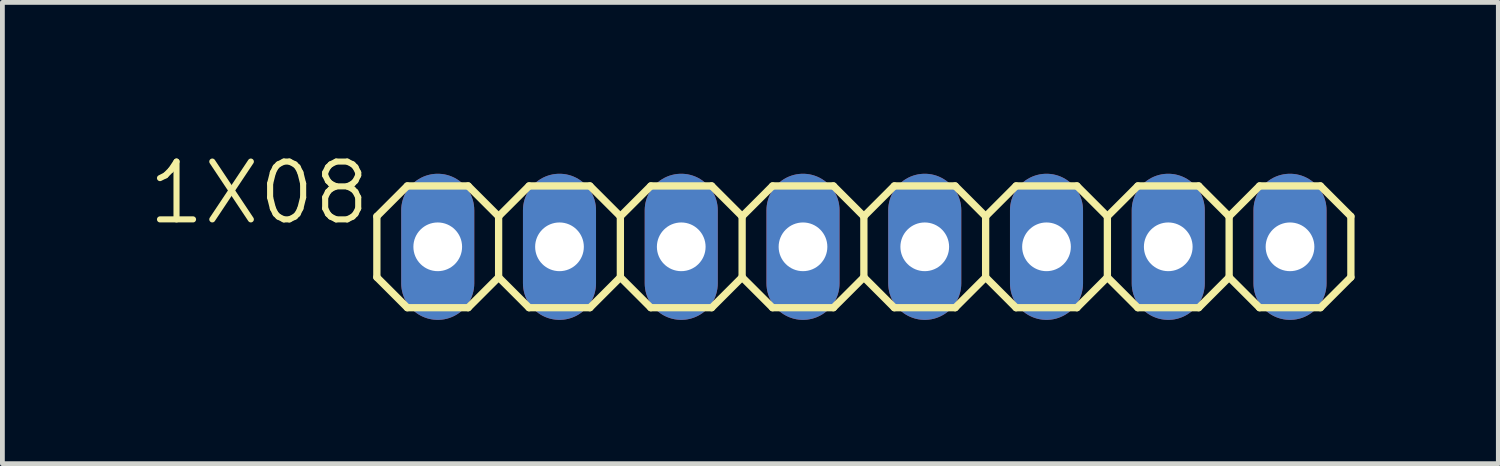
<source format=kicad_pcb>
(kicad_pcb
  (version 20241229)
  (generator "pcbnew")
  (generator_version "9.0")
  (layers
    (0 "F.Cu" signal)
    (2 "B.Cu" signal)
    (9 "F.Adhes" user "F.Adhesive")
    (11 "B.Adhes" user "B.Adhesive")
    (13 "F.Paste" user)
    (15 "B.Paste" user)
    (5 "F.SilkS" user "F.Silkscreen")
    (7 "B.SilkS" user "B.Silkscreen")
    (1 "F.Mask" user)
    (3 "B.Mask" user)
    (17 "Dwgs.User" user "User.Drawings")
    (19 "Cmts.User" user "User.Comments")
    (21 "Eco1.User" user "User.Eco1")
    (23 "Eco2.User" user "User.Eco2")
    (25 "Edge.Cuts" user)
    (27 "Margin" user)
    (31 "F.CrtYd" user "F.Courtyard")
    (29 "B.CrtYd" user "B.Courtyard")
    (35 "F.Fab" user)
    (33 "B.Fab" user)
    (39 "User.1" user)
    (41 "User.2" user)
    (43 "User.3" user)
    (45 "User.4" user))
  (footprint "1X08"
    (layer "F.Cu")
    (at 14.972 2.099)
    (property "Reference" "1X08" (at -10.236 -1.829 0) (layer "F.SilkS") (effects (font (size 1.206 1.206) (thickness 0.127)) (justify right top)))
    (attr through_hole)
    (fp_line (start -10.16 -0.635) (end -10.16 0.635) (stroke (width 0.152) (type solid)) (layer "F.SilkS"))
    (fp_line (start -10.16 0.635) (end -9.525 1.27) (stroke (width 0.152) (type solid)) (layer "F.SilkS"))
    (fp_line (start -9.525 -1.27) (end -10.16 -0.635) (stroke (width 0.152) (type solid)) (layer "F.SilkS"))
    (fp_line (start -9.525 -1.27) (end -8.255 -1.27) (stroke (width 0.152) (type solid)) (layer "F.SilkS"))
    (fp_line (start -8.255 -1.27) (end -7.62 -0.635) (stroke (width 0.152) (type solid)) (layer "F.SilkS"))
    (fp_line (start -8.255 1.27) (end -9.525 1.27) (stroke (width 0.152) (type solid)) (layer "F.SilkS"))
    (fp_line (start -7.62 -0.635) (end -7.62 0.635) (stroke (width 0.152) (type solid)) (layer "F.SilkS"))
    (fp_line (start -7.62 -0.635) (end -6.985 -1.27) (stroke (width 0.152) (type solid)) (layer "F.SilkS"))
    (fp_line (start -7.62 0.635) (end -8.255 1.27) (stroke (width 0.152) (type solid)) (layer "F.SilkS"))
    (fp_line (start -6.985 -1.27) (end -5.715 -1.27) (stroke (width 0.152) (type solid)) (layer "F.SilkS"))
    (fp_line (start -6.985 1.27) (end -7.62 0.635) (stroke (width 0.152) (type solid)) (layer "F.SilkS"))
    (fp_line (start -5.715 -1.27) (end -5.08 -0.635) (stroke (width 0.152) (type solid)) (layer "F.SilkS"))
    (fp_line (start -5.715 1.27) (end -6.985 1.27) (stroke (width 0.152) (type solid)) (layer "F.SilkS"))
    (fp_line (start -5.08 -0.635) (end -5.08 0.635) (stroke (width 0.152) (type solid)) (layer "F.SilkS"))
    (fp_line (start -5.08 -0.635) (end -4.445 -1.27) (stroke (width 0.152) (type solid)) (layer "F.SilkS"))
    (fp_line (start -5.08 0.635) (end -5.715 1.27) (stroke (width 0.152) (type solid)) (layer "F.SilkS"))
    (fp_line (start -4.445 -1.27) (end -3.175 -1.27) (stroke (width 0.152) (type solid)) (layer "F.SilkS"))
    (fp_line (start -4.445 1.27) (end -5.08 0.635) (stroke (width 0.152) (type solid)) (layer "F.SilkS"))
    (fp_line (start -3.175 -1.27) (end -2.54 -0.635) (stroke (width 0.152) (type solid)) (layer "F.SilkS"))
    (fp_line (start -3.175 1.27) (end -4.445 1.27) (stroke (width 0.152) (type solid)) (layer "F.SilkS"))
    (fp_line (start -2.54 -0.635) (end -2.54 0.635) (stroke (width 0.152) (type solid)) (layer "F.SilkS"))
    (fp_line (start -2.54 0.635) (end -3.175 1.27) (stroke (width 0.152) (type solid)) (layer "F.SilkS"))
    (fp_line (start -2.54 0.635) (end -1.905 1.27) (stroke (width 0.152) (type solid)) (layer "F.SilkS"))
    (fp_line (start -1.905 -1.27) (end -2.54 -0.635) (stroke (width 0.152) (type solid)) (layer "F.SilkS"))
    (fp_line (start -1.905 -1.27) (end -0.635 -1.27) (stroke (width 0.152) (type solid)) (layer "F.SilkS"))
    (fp_line (start -0.635 -1.27) (end 0 -0.635) (stroke (width 0.152) (type solid)) (layer "F.SilkS"))
    (fp_line (start -0.635 1.27) (end -1.905 1.27) (stroke (width 0.152) (type solid)) (layer "F.SilkS"))
    (fp_line (start 0 -0.635) (end 0 0.635) (stroke (width 0.152) (type solid)) (layer "F.SilkS"))
    (fp_line (start 0 -0.635) (end 0.635 -1.27) (stroke (width 0.152) (type solid)) (layer "F.SilkS"))
    (fp_line (start 0 0.635) (end -0.635 1.27) (stroke (width 0.152) (type solid)) (layer "F.SilkS"))
    (fp_line (start 0.635 -1.27) (end 1.905 -1.27) (stroke (width 0.152) (type solid)) (layer "F.SilkS"))
    (fp_line (start 0.635 1.27) (end 0 0.635) (stroke (width 0.152) (type solid)) (layer "F.SilkS"))
    (fp_line (start 1.905 -1.27) (end 2.54 -0.635) (stroke (width 0.152) (type solid)) (layer "F.SilkS"))
    (fp_line (start 1.905 1.27) (end 0.635 1.27) (stroke (width 0.152) (type solid)) (layer "F.SilkS"))
    (fp_line (start 2.54 -0.635) (end 2.54 0.635) (stroke (width 0.152) (type solid)) (layer "F.SilkS"))
    (fp_line (start 2.54 -0.635) (end 3.175 -1.27) (stroke (width 0.152) (type solid)) (layer "F.SilkS"))
    (fp_line (start 2.54 0.635) (end 1.905 1.27) (stroke (width 0.152) (type solid)) (layer "F.SilkS"))
    (fp_line (start 3.175 -1.27) (end 4.445 -1.27) (stroke (width 0.152) (type solid)) (layer "F.SilkS"))
    (fp_line (start 3.175 1.27) (end 2.54 0.635) (stroke (width 0.152) (type solid)) (layer "F.SilkS"))
    (fp_line (start 4.445 -1.27) (end 5.08 -0.635) (stroke (width 0.152) (type solid)) (layer "F.SilkS"))
    (fp_line (start 4.445 1.27) (end 3.175 1.27) (stroke (width 0.152) (type solid)) (layer "F.SilkS"))
    (fp_line (start 5.08 -0.635) (end 5.08 0.635) (stroke (width 0.152) (type solid)) (layer "F.SilkS"))
    (fp_line (start 5.08 0.635) (end 4.445 1.27) (stroke (width 0.152) (type solid)) (layer "F.SilkS"))
    (fp_line (start 5.08 0.635) (end 5.715 1.27) (stroke (width 0.152) (type solid)) (layer "F.SilkS"))
    (fp_line (start 5.715 -1.27) (end 5.08 -0.635) (stroke (width 0.152) (type solid)) (layer "F.SilkS"))
    (fp_line (start 5.715 -1.27) (end 6.985 -1.27) (stroke (width 0.152) (type solid)) (layer "F.SilkS"))
    (fp_line (start 6.985 -1.27) (end 7.62 -0.635) (stroke (width 0.152) (type solid)) (layer "F.SilkS"))
    (fp_line (start 6.985 1.27) (end 5.715 1.27) (stroke (width 0.152) (type solid)) (layer "F.SilkS"))
    (fp_line (start 7.62 -0.635) (end 7.62 0.635) (stroke (width 0.152) (type solid)) (layer "F.SilkS"))
    (fp_line (start 7.62 0.635) (end 6.985 1.27) (stroke (width 0.152) (type solid)) (layer "F.SilkS"))
    (fp_line (start 7.62 0.635) (end 8.255 1.27) (stroke (width 0.152) (type solid)) (layer "F.SilkS"))
    (fp_line (start 8.255 -1.27) (end 7.62 -0.635) (stroke (width 0.152) (type solid)) (layer "F.SilkS"))
    (fp_line (start 8.255 -1.27) (end 9.525 -1.27) (stroke (width 0.152) (type solid)) (layer "F.SilkS"))
    (fp_line (start 9.525 -1.27) (end 10.16 -0.635) (stroke (width 0.152) (type solid)) (layer "F.SilkS"))
    (fp_line (start 9.525 1.27) (end 8.255 1.27) (stroke (width 0.152) (type solid)) (layer "F.SilkS"))
    (fp_line (start 10.16 -0.635) (end 10.16 0.635) (stroke (width 0.152) (type solid)) (layer "F.SilkS"))
    (fp_line (start 10.16 0.635) (end 9.525 1.27) (stroke (width 0.152) (type solid)) (layer "F.SilkS"))
    (fp_poly (pts (xy -9.144 0.254) (xy -8.636 0.254) (xy -8.636 -0.254) (xy -9.144 -0.254)) (stroke (width 0.1) (type solid)) (fill no) (layer "F.Fab"))
    (fp_poly (pts (xy -6.604 0.254) (xy -6.096 0.254) (xy -6.096 -0.254) (xy -6.604 -0.254)) (stroke (width 0.1) (type solid)) (fill no) (layer "F.Fab"))
    (fp_poly (pts (xy -4.064 0.254) (xy -3.556 0.254) (xy -3.556 -0.254) (xy -4.064 -0.254)) (stroke (width 0.1) (type solid)) (fill no) (layer "F.Fab"))
    (fp_poly (pts (xy -1.524 0.254) (xy -1.016 0.254) (xy -1.016 -0.254) (xy -1.524 -0.254)) (stroke (width 0.1) (type solid)) (fill no) (layer "F.Fab"))
    (fp_poly (pts (xy 1.016 0.254) (xy 1.524 0.254) (xy 1.524 -0.254) (xy 1.016 -0.254)) (stroke (width 0.1) (type solid)) (fill no) (layer "F.Fab"))
    (fp_poly (pts (xy 3.556 0.254) (xy 4.064 0.254) (xy 4.064 -0.254) (xy 3.556 -0.254)) (stroke (width 0.1) (type solid)) (fill no) (layer "F.Fab"))
    (fp_poly (pts (xy 6.096 0.254) (xy 6.604 0.254) (xy 6.604 -0.254) (xy 6.096 -0.254)) (stroke (width 0.1) (type solid)) (fill no) (layer "F.Fab"))
    (fp_poly (pts (xy 8.636 0.254) (xy 9.144 0.254) (xy 9.144 -0.254) (xy 8.636 -0.254)) (stroke (width 0.1) (type solid)) (fill no) (layer "F.Fab"))
    (pad "1" thru_hole oval (at -8.89 0 90) (size 3.048 1.524) (drill 1.016) (layers "*.Cu" "*.Mask"))
    (pad "2" thru_hole oval (at -6.35 0 90) (size 3.048 1.524) (drill 1.016) (layers "*.Cu" "*.Mask"))
    (pad "3" thru_hole oval (at -3.81 0 90) (size 3.048 1.524) (drill 1.016) (layers "*.Cu" "*.Mask"))
    (pad "4" thru_hole oval (at -1.27 0 90) (size 3.048 1.524) (drill 1.016) (layers "*.Cu" "*.Mask"))
    (pad "5" thru_hole oval (at 1.27 0 90) (size 3.048 1.524) (drill 1.016) (layers "*.Cu" "*.Mask"))
    (pad "6" thru_hole oval (at 3.81 0 90) (size 3.048 1.524) (drill 1.016) (layers "*.Cu" "*.Mask"))
    (pad "7" thru_hole oval (at 6.35 0 90) (size 3.048 1.524) (drill 1.016) (layers "*.Cu" "*.Mask"))
    (pad "8" thru_hole oval (at 8.89 0 90) (size 3.048 1.524) (drill 1.016) (layers "*.Cu" "*.Mask")))
  (gr_rect
    (start -3 -3)
    (end 28.208 6.623)
    (stroke (width 0.1) (type default))
    (fill no)
    (layer "Edge.Cuts")))
</source>
